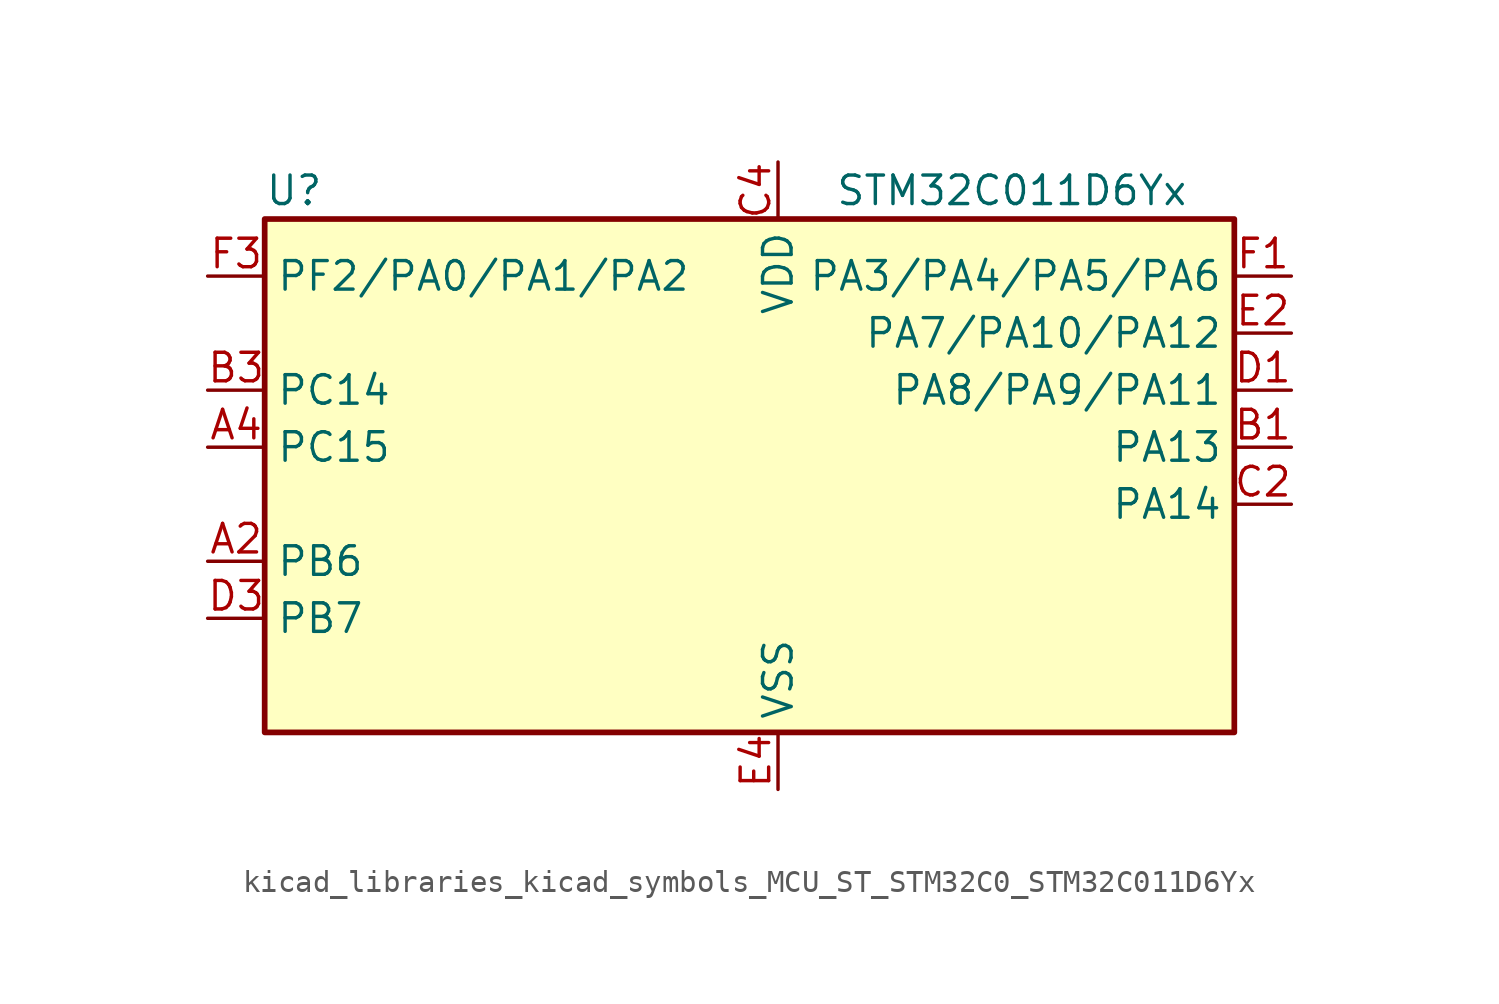
<source format=kicad_sym>
(kicad_symbol_lib
  (version 20220914)
  (generator kicad_symbol_editor)
  (symbol "kicad_libraries_kicad_symbols_MCU_ST_STM32C0_STM32C011D6Yx"
    (property "Reference" "U"
      (at -20.32 13.97 0)
      (effects (font (size 1.27 1.27)) (justify left)))
    (property "Value" "STM32C011D6Yx"
      (at 5.08 13.97 0)
      (effects (font (size 1.27 1.27)) (justify left)))
    (property "ki_locked" ""
      (at 0 0 0)
      (effects (font (size 1.27 1.27))))
    (symbol "kicad_libraries_kicad_symbols_MCU_ST_STM32C0_STM32C011D6Yx_0_1"
      (rectangle (start -20.32 -10.16) (end 22.86 12.7) (stroke (width 0.254) (type default)) (fill (type background))))
    (symbol "kicad_libraries_kicad_symbols_MCU_ST_STM32C0_STM32C011D6Yx_1_1"
      (pin bidirectional line (at -22.86 -2.54 0) (length 2.54) (name "PB6" (effects (font (size 1.27 1.27)))) (number "A2" (effects (font (size 1.27 1.27)))) (alternate "I2C1_SCL" bidirectional line) (alternate "I2C1_SMBA" bidirectional line) (alternate "I2S1_CK" bidirectional line) (alternate "I2S1_MCK" bidirectional line) (alternate "I2S1_SD" bidirectional line) (alternate "PWR_WKUP3" bidirectional line) (alternate "SPI1_MISO" bidirectional line) (alternate "SPI1_MOSI" bidirectional line) (alternate "SPI1_SCK" bidirectional line) (alternate "TIM16_BKIN" bidirectional line) (alternate "TIM16_CH1N" bidirectional line) (alternate "TIM17_BKIN" bidirectional line) (alternate "TIM1_CH2" bidirectional line) (alternate "TIM1_CH3" bidirectional line) (alternate "TIM3_CH1" bidirectional line) (alternate "TIM3_CH2" bidirectional line) (alternate "TIM3_CH3" bidirectional line) (alternate "USART1_CK" bidirectional line) (alternate "USART1_CTS" bidirectional line) (alternate "USART1_DE" bidirectional line) (alternate "USART1_NSS" bidirectional line) (alternate "USART1_RTS" bidirectional line) (alternate "USART1_TX" bidirectional line))
      (pin bidirectional line (at -22.86 2.54 0) (length 2.54) (name "PC15" (effects (font (size 1.27 1.27)))) (number "A4" (effects (font (size 1.27 1.27)))) (alternate "RCC_OSC32_EN" bidirectional line) (alternate "RCC_OSCX_OUT" bidirectional line) (alternate "RCC_OSC_EN" bidirectional line) (alternate "TIM1_ETR" bidirectional line) (alternate "TIM3_CH3" bidirectional line))
      (pin bidirectional line (at 25.4 2.54 180) (length 2.54) (name "PA13" (effects (font (size 1.27 1.27)))) (number "B1" (effects (font (size 1.27 1.27)))) (alternate "ADC1_IN13" bidirectional line) (alternate "DEBUG_SWDIO" bidirectional line) (alternate "IR_OUT" bidirectional line) (alternate "TIM3_ETR" bidirectional line) (alternate "USART2_RX" bidirectional line))
      (pin bidirectional line (at -22.86 5.08 0) (length 2.54) (name "PC14" (effects (font (size 1.27 1.27)))) (number "B3" (effects (font (size 1.27 1.27)))) (alternate "I2C1_SDA" bidirectional line) (alternate "IR_OUT" bidirectional line) (alternate "RCC_OSCX_IN" bidirectional line) (alternate "TIM17_CH1" bidirectional line) (alternate "TIM1_BKIN2" bidirectional line) (alternate "TIM1_ETR" bidirectional line) (alternate "TIM3_CH2" bidirectional line) (alternate "USART1_TX" bidirectional line) (alternate "USART2_CK" bidirectional line) (alternate "USART2_DE" bidirectional line) (alternate "USART2_RTS" bidirectional line))
      (pin bidirectional line (at 25.4 0 180) (length 2.54) (name "PA14" (effects (font (size 1.27 1.27)))) (number "C2" (effects (font (size 1.27 1.27)))) (alternate "ADC1_IN14" bidirectional line) (alternate "DEBUG_SWCLK" bidirectional line) (alternate "I2S1_WS" bidirectional line) (alternate "RCC_MCO_2" bidirectional line) (alternate "SPI1_NSS" bidirectional line) (alternate "TIM1_CH1" bidirectional line) (alternate "USART1_CK" bidirectional line) (alternate "USART1_DE" bidirectional line) (alternate "USART1_RTS" bidirectional line) (alternate "USART2_RX" bidirectional line) (alternate "USART2_TX" bidirectional line))
      (pin power_in line (at 2.54 15.24 270) (length 2.54) (name "VDD" (effects (font (size 1.27 1.27)))) (number "C4" (effects (font (size 1.27 1.27)))))
      (pin bidirectional line (at 25.4 5.08 180) (length 2.54) (name "PA8/PA9/PA11" (effects (font (size 1.27 1.27)))) (number "D1" (effects (font (size 1.27 1.27)))) (alternate "ADC1_IN8" bidirectional line) (alternate "I2S1_WS" bidirectional line) (alternate "RCC_MCO" bidirectional line) (alternate "RCC_MCO_2" bidirectional line) (alternate "SPI1_NSS" bidirectional line) (alternate "TIM14_CH1" bidirectional line) (alternate "TIM1_CH1" bidirectional line) (alternate "TIM1_CH2N" bidirectional line) (alternate "TIM1_CH3N" bidirectional line) (alternate "TIM3_CH3" bidirectional line) (alternate "TIM3_CH4" bidirectional line) (alternate "USART1_RX" bidirectional line) (alternate "USART2_TX" bidirectional line))
      (pin bidirectional line (at -22.86 -5.08 0) (length 2.54) (name "PB7" (effects (font (size 1.27 1.27)))) (number "D3" (effects (font (size 1.27 1.27)))) (alternate "I2C1_SCL" bidirectional line) (alternate "I2C1_SDA" bidirectional line) (alternate "RTC_REFIN" bidirectional line) (alternate "TIM16_CH1" bidirectional line) (alternate "TIM17_CH1N" bidirectional line) (alternate "TIM1_CH4" bidirectional line) (alternate "TIM3_CH1" bidirectional line) (alternate "TIM3_CH4" bidirectional line) (alternate "USART1_RX" bidirectional line) (alternate "USART2_CTS" bidirectional line) (alternate "USART2_NSS" bidirectional line))
      (pin bidirectional line (at 25.4 7.62 180) (length 2.54) (name "PA7/PA10/PA12" (effects (font (size 1.27 1.27)))) (number "E2" (effects (font (size 1.27 1.27)))) (alternate "ADC1_IN7" bidirectional line) (alternate "I2S1_SD" bidirectional line) (alternate "SPI1_MOSI" bidirectional line) (alternate "TIM14_CH1" bidirectional line) (alternate "TIM17_CH1" bidirectional line) (alternate "TIM1_CH1N" bidirectional line) (alternate "TIM3_CH2" bidirectional line))
      (pin power_in line (at 2.54 -12.7 90) (length 2.54) (name "VSS" (effects (font (size 1.27 1.27)))) (number "E4" (effects (font (size 1.27 1.27)))))
      (pin bidirectional line (at 25.4 10.16 180) (length 2.54) (name "PA3/PA4/PA5/PA6" (effects (font (size 1.27 1.27)))) (number "F1" (effects (font (size 1.27 1.27)))) (alternate "ADC1_IN3" bidirectional line) (alternate "TIM1_CH1N" bidirectional line) (alternate "TIM1_CH4" bidirectional line) (alternate "USART2_RX" bidirectional line))
      (pin bidirectional line (at -22.86 10.16 0) (length 2.54) (name "PF2/PA0/PA1/PA2" (effects (font (size 1.27 1.27)))) (number "F3" (effects (font (size 1.27 1.27)))) (alternate "RCC_MCO" bidirectional line) (alternate "TIM1_CH4" bidirectional line)))))
</source>
